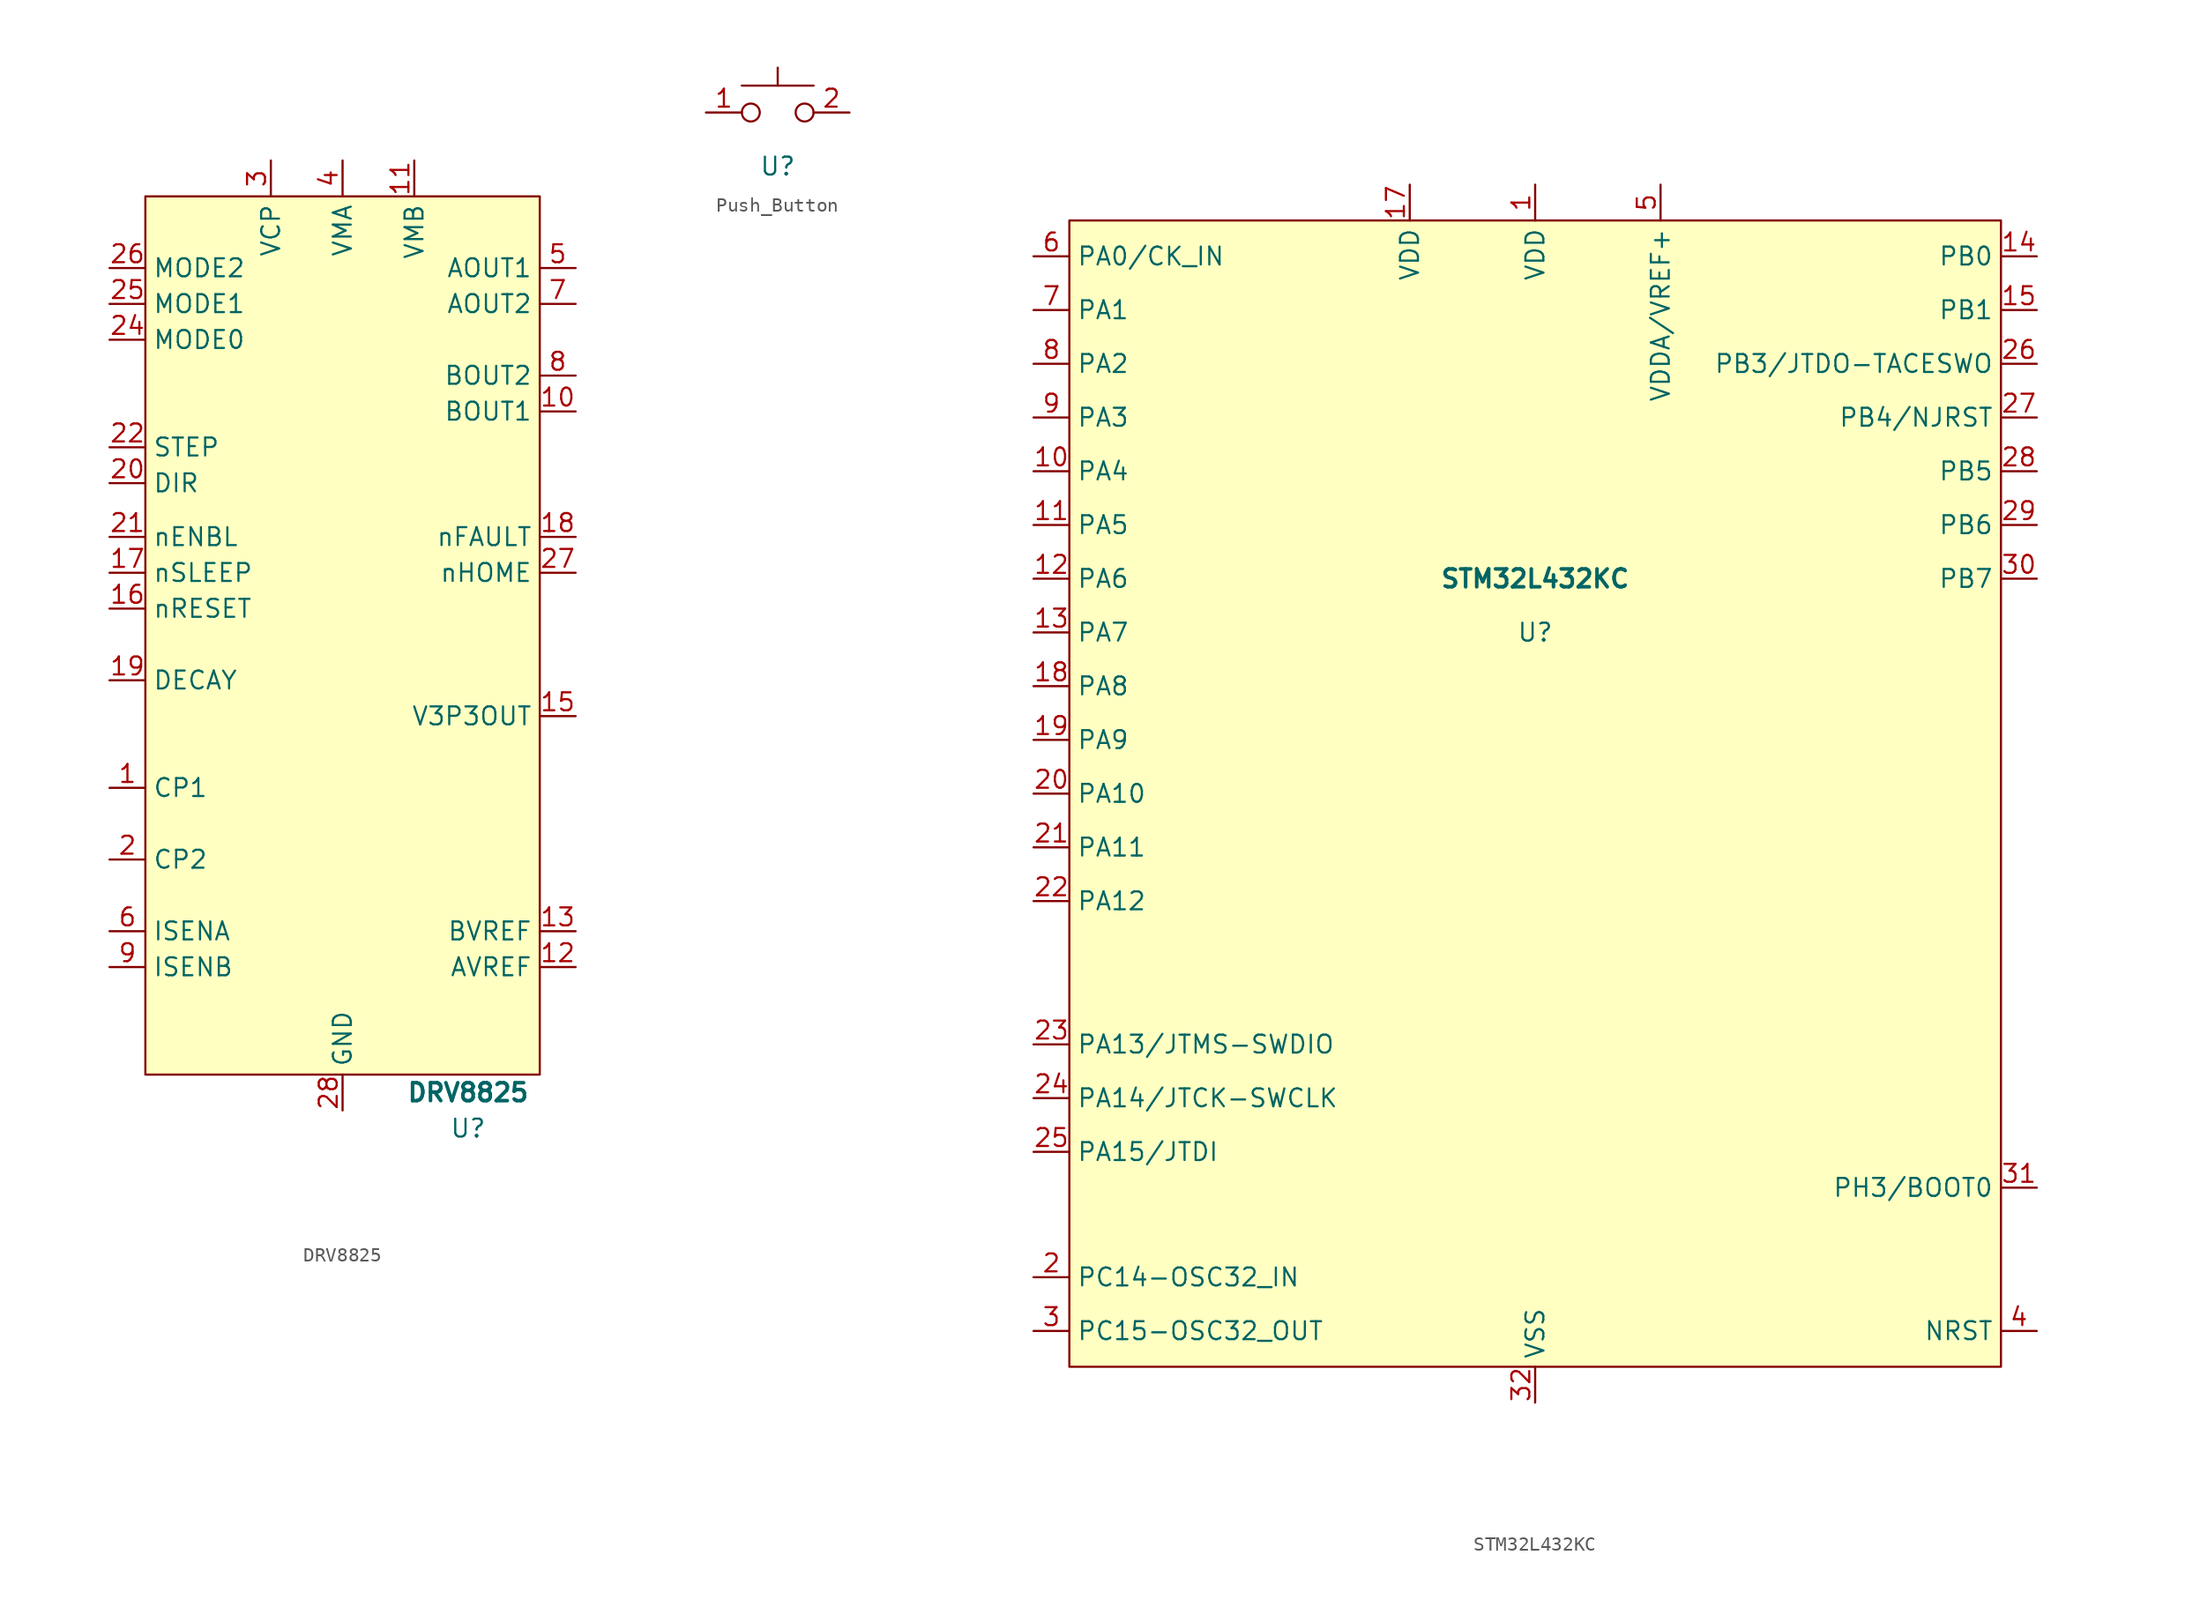
<source format=kicad_sym>
(kicad_symbol_lib
  (version 20220914)
  (generator kicad_symbol_editor)
  (symbol "DRV8825"
    (property "Reference" "U"
      (at 8.89 -43.18 0)
      (effects (font (size 1.27 1.27))))
    (property "Value" "DRV8825"
      (at 8.89 -40.64 0)
      (effects (font (size 1.27 1.27) bold)))
    (symbol "DRV8825_0_0"
      (text "" (at -12.7 0 0) (effects (font (size 1.27 1.27)))))
    (symbol "DRV8825_0_1"
      (rectangle (start -13.97 22.86) (end 13.97 -39.37) (stroke (width 0) (type default)) (fill (type background))))
    (symbol "DRV8825_1_1"
      (pin input line (at -16.51 -19.05 0) (length 2.54) (name "CP1" (effects (font (size 1.27 1.27)))) (number "1" (effects (font (size 1.27 1.27)))))
      (pin output line (at 16.51 7.62 180) (length 2.54) (name "BOUT1" (effects (font (size 1.27 1.27)))) (number "10" (effects (font (size 1.27 1.27)))))
      (pin power_in line (at 5.08 25.4 270) (length 2.54) (name "VMB" (effects (font (size 1.27 1.27)))) (number "11" (effects (font (size 1.27 1.27)))))
      (pin input line (at 16.51 -31.75 180) (length 2.54) (name "AVREF" (effects (font (size 1.27 1.27)))) (number "12" (effects (font (size 1.27 1.27)))))
      (pin input line (at 16.51 -29.21 180) (length 2.54) (name "BVREF" (effects (font (size 1.27 1.27)))) (number "13" (effects (font (size 1.27 1.27)))))
      (pin passive line (at 0 -41.91 90) (length 2.54) hide (name "GND2" (effects (font (size 1.27 1.27)))) (number "14" (effects (font (size 1.27 1.27)))))
      (pin power_out line (at 16.51 -13.97 180) (length 2.54) (name "V3P3OUT" (effects (font (size 1.27 1.27)))) (number "15" (effects (font (size 1.27 1.27)))))
      (pin input line (at -16.51 -6.35 0) (length 2.54) (name "nRESET" (effects (font (size 1.27 1.27)))) (number "16" (effects (font (size 1.27 1.27)))))
      (pin input line (at -16.51 -3.81 0) (length 2.54) (name "nSLEEP" (effects (font (size 1.27 1.27)))) (number "17" (effects (font (size 1.27 1.27)))))
      (pin output line (at 16.51 -1.27 180) (length 2.54) (name "nFAULT" (effects (font (size 1.27 1.27)))) (number "18" (effects (font (size 1.27 1.27)))))
      (pin input line (at -16.51 -11.43 0) (length 2.54) (name "DECAY" (effects (font (size 1.27 1.27)))) (number "19" (effects (font (size 1.27 1.27)))))
      (pin input line (at -16.51 -24.13 0) (length 2.54) (name "CP2" (effects (font (size 1.27 1.27)))) (number "2" (effects (font (size 1.27 1.27)))))
      (pin input line (at -16.51 2.54 0) (length 2.54) (name "DIR" (effects (font (size 1.27 1.27)))) (number "20" (effects (font (size 1.27 1.27)))))
      (pin input line (at -16.51 -1.27 0) (length 2.54) (name "nENBL" (effects (font (size 1.27 1.27)))) (number "21" (effects (font (size 1.27 1.27)))))
      (pin input line (at -16.51 5.08 0) (length 2.54) (name "STEP" (effects (font (size 1.27 1.27)))) (number "22" (effects (font (size 1.27 1.27)))))
      (pin no_connect line (at 16.51 -36.83 180) (length 2.54) hide (name "NC" (effects (font (size 1.27 1.27)))) (number "23" (effects (font (size 1.27 1.27)))))
      (pin input line (at -16.51 12.7 0) (length 2.54) (name "MODE0" (effects (font (size 1.27 1.27)))) (number "24" (effects (font (size 1.27 1.27)))))
      (pin input line (at -16.51 15.24 0) (length 2.54) (name "MODE1" (effects (font (size 1.27 1.27)))) (number "25" (effects (font (size 1.27 1.27)))))
      (pin input line (at -16.51 17.78 0) (length 2.54) (name "MODE2" (effects (font (size 1.27 1.27)))) (number "26" (effects (font (size 1.27 1.27)))))
      (pin output line (at 16.51 -3.81 180) (length 2.54) (name "nHOME" (effects (font (size 1.27 1.27)))) (number "27" (effects (font (size 1.27 1.27)))))
      (pin power_in line (at 0 -41.91 90) (length 2.54) (name "GND" (effects (font (size 1.27 1.27)))) (number "28" (effects (font (size 1.27 1.27)))))
      (pin passive line (at 0 -41.91 90) (length 2.54) hide (name "PPAD" (effects (font (size 1.27 1.27)))) (number "29" (effects (font (size 1.27 1.27)))))
      (pin input line (at -5.08 25.4 270) (length 2.54) (name "VCP" (effects (font (size 1.27 1.27)))) (number "3" (effects (font (size 1.27 1.27)))))
      (pin power_in line (at 0 25.4 270) (length 2.54) (name "VMA" (effects (font (size 1.27 1.27)))) (number "4" (effects (font (size 1.27 1.27)))))
      (pin output line (at 16.51 17.78 180) (length 2.54) (name "AOUT1" (effects (font (size 1.27 1.27)))) (number "5" (effects (font (size 1.27 1.27)))))
      (pin input line (at -16.51 -29.21 0) (length 2.54) (name "ISENA" (effects (font (size 1.27 1.27)))) (number "6" (effects (font (size 1.27 1.27)))))
      (pin output line (at 16.51 15.24 180) (length 2.54) (name "AOUT2" (effects (font (size 1.27 1.27)))) (number "7" (effects (font (size 1.27 1.27)))))
      (pin output line (at 16.51 10.16 180) (length 2.54) (name "BOUT2" (effects (font (size 1.27 1.27)))) (number "8" (effects (font (size 1.27 1.27)))))
      (pin input line (at -16.51 -31.75 0) (length 2.54) (name "ISENB" (effects (font (size 1.27 1.27)))) (number "9" (effects (font (size 1.27 1.27)))))))
  (symbol "Push_Button"
    (property "Reference" "U"
      (at 0 -3.81 0)
      (effects (font (size 1.27 1.27))))
    (property "Value" ""
      (at -1.27 0 0)
      (effects (font (size 1.27 1.27))))
    (symbol "Push_Button_0_1"
      (circle (center -1.905 0) (radius 0.635) (stroke (width 0) (type default)) (fill (type none)))
      (polyline (pts (xy -2.54 1.905) (xy 2.54 1.905)) (stroke (width 0) (type default)) (fill (type none)))
      (polyline (pts (xy 0 1.905) (xy 0 3.175)) (stroke (width 0) (type default)) (fill (type none)))
      (circle (center 1.905 0) (radius 0.635) (stroke (width 0) (type default)) (fill (type none))))
    (symbol "Push_Button_1_1"
      (pin input line (at -5.08 0 0) (length 2.54) (name "" (effects (font (size 1.27 1.27)))) (number "1" (effects (font (size 1.27 1.27)))))
      (pin input line (at 5.08 0 180) (length 2.54) (name "" (effects (font (size 1.27 1.27)))) (number "2" (effects (font (size 1.27 1.27)))))))
  (symbol "STM32L432KC"
    (property "Reference" "U"
      (at 0 11.43 0)
      (effects (font (size 1.27 1.27))))
    (property "Value" "STM32L432KC"
      (at 0 15.24 0)
      (effects (font (size 1.27 1.27) bold)))
    (symbol "STM32L432KC_0_1"
      (rectangle (start -33.02 40.64) (end 33.02 -40.64) (stroke (width 0) (type default)) (fill (type background))))
    (symbol "STM32L432KC_1_1"
      (pin power_in line (at 0 43.18 270) (length 2.54) (name "VDD" (effects (font (size 1.27 1.27)))) (number "1" (effects (font (size 1.27 1.27)))))
      (pin bidirectional line (at -35.56 22.86 0) (length 2.54) (name "PA4" (effects (font (size 1.27 1.27)))) (number "10" (effects (font (size 1.27 1.27)))))
      (pin bidirectional line (at -35.56 19.05 0) (length 2.54) (name "PA5" (effects (font (size 1.27 1.27)))) (number "11" (effects (font (size 1.27 1.27)))))
      (pin bidirectional line (at -35.56 15.24 0) (length 2.54) (name "PA6" (effects (font (size 1.27 1.27)))) (number "12" (effects (font (size 1.27 1.27)))))
      (pin bidirectional line (at -35.56 11.43 0) (length 2.54) (name "PA7" (effects (font (size 1.27 1.27)))) (number "13" (effects (font (size 1.27 1.27)))))
      (pin bidirectional line (at 35.56 38.1 180) (length 2.54) (name "PB0" (effects (font (size 1.27 1.27)))) (number "14" (effects (font (size 1.27 1.27)))))
      (pin bidirectional line (at 35.56 34.29 180) (length 2.54) (name "PB1" (effects (font (size 1.27 1.27)))) (number "15" (effects (font (size 1.27 1.27)))))
      (pin passive line (at 0 -43.18 90) (length 2.54) hide (name "VSS2" (effects (font (size 1.27 1.27)))) (number "16" (effects (font (size 1.27 1.27)))))
      (pin power_in line (at -8.89 43.18 270) (length 2.54) (name "VDD" (effects (font (size 1.27 1.27)))) (number "17" (effects (font (size 1.27 1.27)))))
      (pin bidirectional line (at -35.56 7.62 0) (length 2.54) (name "PA8" (effects (font (size 1.27 1.27)))) (number "18" (effects (font (size 1.27 1.27)))))
      (pin bidirectional line (at -35.56 3.81 0) (length 2.54) (name "PA9" (effects (font (size 1.27 1.27)))) (number "19" (effects (font (size 1.27 1.27)))))
      (pin input line (at -35.56 -34.29 0) (length 2.54) (name "PC14-OSC32_IN" (effects (font (size 1.27 1.27)))) (number "2" (effects (font (size 1.27 1.27)))))
      (pin bidirectional line (at -35.56 0 0) (length 2.54) (name "PA10" (effects (font (size 1.27 1.27)))) (number "20" (effects (font (size 1.27 1.27)))))
      (pin bidirectional line (at -35.56 -3.81 0) (length 2.54) (name "PA11" (effects (font (size 1.27 1.27)))) (number "21" (effects (font (size 1.27 1.27)))))
      (pin bidirectional line (at -35.56 -7.62 0) (length 2.54) (name "PA12" (effects (font (size 1.27 1.27)))) (number "22" (effects (font (size 1.27 1.27)))))
      (pin bidirectional line (at -35.56 -17.78 0) (length 2.54) (name "PA13/JTMS-SWDIO" (effects (font (size 1.27 1.27)))) (number "23" (effects (font (size 1.27 1.27)))))
      (pin bidirectional line (at -35.56 -21.59 0) (length 2.54) (name "PA14/JTCK-SWCLK" (effects (font (size 1.27 1.27)))) (number "24" (effects (font (size 1.27 1.27)))))
      (pin bidirectional line (at -35.56 -25.4 0) (length 2.54) (name "PA15/JTDI" (effects (font (size 1.27 1.27)))) (number "25" (effects (font (size 1.27 1.27)))))
      (pin bidirectional line (at 35.56 30.48 180) (length 2.54) (name "PB3/JTDO-TACESWO" (effects (font (size 1.27 1.27)))) (number "26" (effects (font (size 1.27 1.27)))))
      (pin bidirectional line (at 35.56 26.67 180) (length 2.54) (name "PB4/NJRST" (effects (font (size 1.27 1.27)))) (number "27" (effects (font (size 1.27 1.27)))))
      (pin bidirectional line (at 35.56 22.86 180) (length 2.54) (name "PB5" (effects (font (size 1.27 1.27)))) (number "28" (effects (font (size 1.27 1.27)))))
      (pin bidirectional line (at 35.56 19.05 180) (length 2.54) (name "PB6" (effects (font (size 1.27 1.27)))) (number "29" (effects (font (size 1.27 1.27)))))
      (pin output line (at -35.56 -38.1 0) (length 2.54) (name "PC15-OSC32_OUT" (effects (font (size 1.27 1.27)))) (number "3" (effects (font (size 1.27 1.27)))))
      (pin bidirectional line (at 35.56 15.24 180) (length 2.54) (name "PB7" (effects (font (size 1.27 1.27)))) (number "30" (effects (font (size 1.27 1.27)))))
      (pin input line (at 35.56 -27.94 180) (length 2.54) (name "PH3/BOOT0" (effects (font (size 1.27 1.27)))) (number "31" (effects (font (size 1.27 1.27)))))
      (pin power_in line (at 0 -43.18 90) (length 2.54) (name "VSS" (effects (font (size 1.27 1.27)))) (number "32" (effects (font (size 1.27 1.27)))))
      (pin passive line (at 0 -43.18 90) (length 2.54) hide (name "EXP" (effects (font (size 1.27 1.27)))) (number "33" (effects (font (size 1.27 1.27)))))
      (pin input line (at 35.56 -38.1 180) (length 2.54) (name "NRST" (effects (font (size 1.27 1.27)))) (number "4" (effects (font (size 1.27 1.27)))))
      (pin power_in line (at 8.89 43.18 270) (length 2.54) (name "VDDA/VREF+" (effects (font (size 1.27 1.27)))) (number "5" (effects (font (size 1.27 1.27)))))
      (pin bidirectional line (at -35.56 38.1 0) (length 2.54) (name "PA0/CK_IN" (effects (font (size 1.27 1.27)))) (number "6" (effects (font (size 1.27 1.27)))))
      (pin bidirectional line (at -35.56 34.29 0) (length 2.54) (name "PA1" (effects (font (size 1.27 1.27)))) (number "7" (effects (font (size 1.27 1.27)))))
      (pin bidirectional line (at -35.56 30.48 0) (length 2.54) (name "PA2" (effects (font (size 1.27 1.27)))) (number "8" (effects (font (size 1.27 1.27)))))
      (pin bidirectional line (at -35.56 26.67 0) (length 2.54) (name "PA3" (effects (font (size 1.27 1.27)))) (number "9" (effects (font (size 1.27 1.27))))))))
</source>
